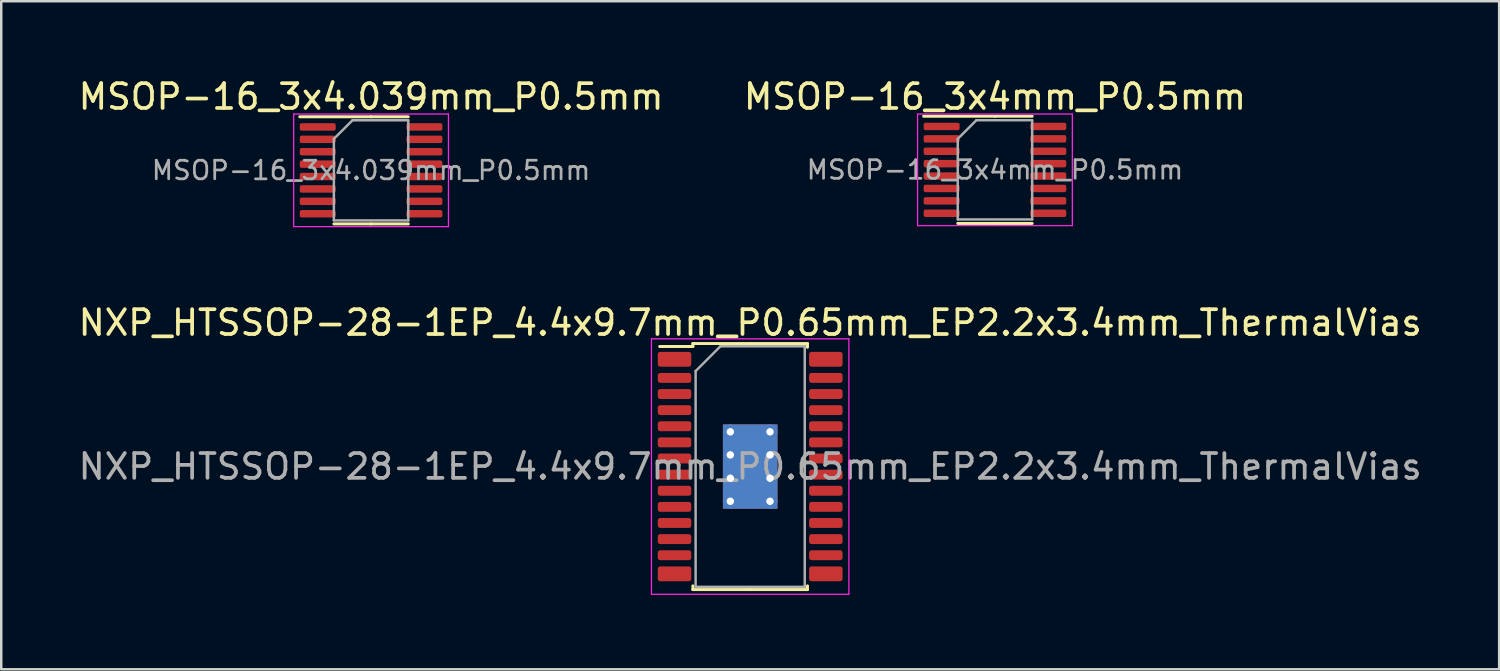
<source format=kicad_pcb>
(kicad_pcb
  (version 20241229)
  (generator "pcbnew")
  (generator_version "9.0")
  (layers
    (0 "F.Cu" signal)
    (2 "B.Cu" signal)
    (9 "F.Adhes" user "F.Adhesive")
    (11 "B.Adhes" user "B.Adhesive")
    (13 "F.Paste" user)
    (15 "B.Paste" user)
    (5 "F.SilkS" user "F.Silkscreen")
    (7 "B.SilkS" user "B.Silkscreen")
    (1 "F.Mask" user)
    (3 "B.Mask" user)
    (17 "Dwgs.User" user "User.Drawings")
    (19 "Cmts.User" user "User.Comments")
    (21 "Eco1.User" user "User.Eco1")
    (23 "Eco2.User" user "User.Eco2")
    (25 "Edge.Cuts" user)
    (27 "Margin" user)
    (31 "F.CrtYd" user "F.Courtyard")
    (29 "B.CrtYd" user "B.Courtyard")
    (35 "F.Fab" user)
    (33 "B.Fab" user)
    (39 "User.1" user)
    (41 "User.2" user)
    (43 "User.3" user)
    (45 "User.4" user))
  (footprint "MSOP-16_3x4.039mm_P0.5mm"
    (layer "F.Cu")
    (at 11.911 3.818)
    (property "Reference" "MSOP-16_3x4.039mm_P0.5mm" (at 0 -2.97 0) (layer "F.SilkS") (effects (font (size 1 1) (thickness 0.15))))
    (attr smd)
    (fp_line (start 0 -2.16) (end -2.875 -2.16) (stroke (width 0.12) (type solid)) (layer "F.SilkS"))
    (fp_line (start 0 -2.16) (end 1.5 -2.16) (stroke (width 0.12) (type solid)) (layer "F.SilkS"))
    (fp_line (start 0 2.16) (end -1.5 2.16) (stroke (width 0.12) (type solid)) (layer "F.SilkS"))
    (fp_line (start 0 2.16) (end 1.5 2.16) (stroke (width 0.12) (type solid)) (layer "F.SilkS"))
    (fp_line (start -3.12 -2.27) (end -3.12 2.27) (stroke (width 0.05) (type solid)) (layer "F.CrtYd"))
    (fp_line (start -3.12 2.27) (end 3.12 2.27) (stroke (width 0.05) (type solid)) (layer "F.CrtYd"))
    (fp_line (start 3.12 -2.27) (end -3.12 -2.27) (stroke (width 0.05) (type solid)) (layer "F.CrtYd"))
    (fp_line (start 3.12 2.27) (end 3.12 -2.27) (stroke (width 0.05) (type solid)) (layer "F.CrtYd"))
    (fp_line (start -1.5 -1.27) (end -0.75 -2.019) (stroke (width 0.1) (type solid)) (layer "F.Fab"))
    (fp_line (start -1.5 2.019) (end -1.5 -1.27) (stroke (width 0.1) (type solid)) (layer "F.Fab"))
    (fp_line (start -0.75 -2.019) (end 1.5 -2.019) (stroke (width 0.1) (type solid)) (layer "F.Fab"))
    (fp_line (start 1.5 -2.019) (end 1.5 2.019) (stroke (width 0.1) (type solid)) (layer "F.Fab"))
    (fp_line (start 1.5 2.019) (end -1.5 2.019) (stroke (width 0.1) (type solid)) (layer "F.Fab"))
    (fp_text user "${REFERENCE}" (at 0 0 0) (layer "F.Fab") (effects (font (size 0.75 0.75) (thickness 0.11))))
    (pad "1" smd roundrect (at -2.15 -1.75) (size 1.45 0.3) (layers "F.Cu" "F.Mask" "F.Paste") (roundrect_rratio 0.25))
    (pad "2" smd roundrect (at -2.15 -1.25) (size 1.45 0.3) (layers "F.Cu" "F.Mask" "F.Paste") (roundrect_rratio 0.25))
    (pad "3" smd roundrect (at -2.15 -0.75) (size 1.45 0.3) (layers "F.Cu" "F.Mask" "F.Paste") (roundrect_rratio 0.25))
    (pad "4" smd roundrect (at -2.15 -0.25) (size 1.45 0.3) (layers "F.Cu" "F.Mask" "F.Paste") (roundrect_rratio 0.25))
    (pad "5" smd roundrect (at -2.15 0.25) (size 1.45 0.3) (layers "F.Cu" "F.Mask" "F.Paste") (roundrect_rratio 0.25))
    (pad "6" smd roundrect (at -2.15 0.75) (size 1.45 0.3) (layers "F.Cu" "F.Mask" "F.Paste") (roundrect_rratio 0.25))
    (pad "7" smd roundrect (at -2.15 1.25) (size 1.45 0.3) (layers "F.Cu" "F.Mask" "F.Paste") (roundrect_rratio 0.25))
    (pad "8" smd roundrect (at -2.15 1.75) (size 1.45 0.3) (layers "F.Cu" "F.Mask" "F.Paste") (roundrect_rratio 0.25))
    (pad "9" smd roundrect (at 2.15 1.75) (size 1.45 0.3) (layers "F.Cu" "F.Mask" "F.Paste") (roundrect_rratio 0.25))
    (pad "10" smd roundrect (at 2.15 1.25) (size 1.45 0.3) (layers "F.Cu" "F.Mask" "F.Paste") (roundrect_rratio 0.25))
    (pad "11" smd roundrect (at 2.15 0.75) (size 1.45 0.3) (layers "F.Cu" "F.Mask" "F.Paste") (roundrect_rratio 0.25))
    (pad "12" smd roundrect (at 2.15 0.25) (size 1.45 0.3) (layers "F.Cu" "F.Mask" "F.Paste") (roundrect_rratio 0.25))
    (pad "13" smd roundrect (at 2.15 -0.25) (size 1.45 0.3) (layers "F.Cu" "F.Mask" "F.Paste") (roundrect_rratio 0.25))
    (pad "14" smd roundrect (at 2.15 -0.75) (size 1.45 0.3) (layers "F.Cu" "F.Mask" "F.Paste") (roundrect_rratio 0.25))
    (pad "15" smd roundrect (at 2.15 -1.25) (size 1.45 0.3) (layers "F.Cu" "F.Mask" "F.Paste") (roundrect_rratio 0.25))
    (pad "16" smd roundrect (at 2.15 -1.75) (size 1.45 0.3) (layers "F.Cu" "F.Mask" "F.Paste") (roundrect_rratio 0.25)))
  (footprint "NXP_HTSSOP-28-1EP_4.4x9.7mm_P0.65mm_EP2.2x3.4mm_ThermalVias"
    (layer "F.Cu")
    (at 27.196 15.761)
    (property "Reference" "NXP_HTSSOP-28-1EP_4.4x9.7mm_P0.65mm_EP2.2x3.4mm_ThermalVias" (at 0 -5.8 0) (layer "F.SilkS") (effects (font (size 1 1) (thickness 0.15))))
    (attr smd)
    (fp_line (start -2.31 -4.96) (end -2.31 -4.84) (stroke (width 0.12) (type solid)) (layer "F.SilkS"))
    (fp_line (start -2.31 -4.84) (end -3.65 -4.84) (stroke (width 0.12) (type solid)) (layer "F.SilkS"))
    (fp_line (start -2.31 4.96) (end -2.31 4.81) (stroke (width 0.12) (type solid)) (layer "F.SilkS"))
    (fp_line (start 0 -4.96) (end -2.31 -4.96) (stroke (width 0.12) (type solid)) (layer "F.SilkS"))
    (fp_line (start 0 -4.96) (end 2.31 -4.96) (stroke (width 0.12) (type solid)) (layer "F.SilkS"))
    (fp_line (start 0 4.96) (end -2.31 4.96) (stroke (width 0.12) (type solid)) (layer "F.SilkS"))
    (fp_line (start 0 4.96) (end 2.31 4.96) (stroke (width 0.12) (type solid)) (layer "F.SilkS"))
    (fp_line (start 2.31 -4.81) (end 2.31 -4.96) (stroke (width 0.12) (type solid)) (layer "F.SilkS"))
    (fp_line (start 2.31 4.96) (end 2.31 4.81) (stroke (width 0.12) (type solid)) (layer "F.SilkS"))
    (fp_line (start -3.98 -5.15) (end -3.98 5.15) (stroke (width 0.05) (type solid)) (layer "F.CrtYd"))
    (fp_line (start -3.98 5.15) (end 3.98 5.15) (stroke (width 0.05) (type solid)) (layer "F.CrtYd"))
    (fp_line (start 3.98 -5.15) (end -3.98 -5.15) (stroke (width 0.05) (type solid)) (layer "F.CrtYd"))
    (fp_line (start 3.98 5.15) (end 3.98 -5.15) (stroke (width 0.05) (type solid)) (layer "F.CrtYd"))
    (fp_line (start -2.2 -3.85) (end -1.2 -4.85) (stroke (width 0.1) (type solid)) (layer "F.Fab"))
    (fp_line (start -2.2 4.85) (end -2.2 -3.85) (stroke (width 0.1) (type solid)) (layer "F.Fab"))
    (fp_line (start -1.2 -4.85) (end 2.2 -4.85) (stroke (width 0.1) (type solid)) (layer "F.Fab"))
    (fp_line (start 2.2 -4.85) (end 2.2 4.85) (stroke (width 0.1) (type solid)) (layer "F.Fab"))
    (fp_line (start 2.2 4.85) (end -2.2 4.85) (stroke (width 0.1) (type solid)) (layer "F.Fab"))
    (fp_text user "${REFERENCE}" (at 0 0 0) (layer "F.Fab") (effects (font (size 1 1) (thickness 0.15))))
    (pad "" smd roundrect (at -0.7 -1.23) (size 0.6 0.7) (layers "F.Paste") (roundrect_rratio 0.25))
    (pad "" smd roundrect (at -0.7 -0.41) (size 0.6 0.7) (layers "F.Paste") (roundrect_rratio 0.25))
    (pad "" smd roundrect (at -0.7 0.41) (size 0.6 0.7) (layers "F.Paste") (roundrect_rratio 0.25))
    (pad "" smd roundrect (at -0.7 1.23) (size 0.6 0.7) (layers "F.Paste") (roundrect_rratio 0.25))
    (pad "" smd roundrect (at 0 -1.23) (size 0.6 0.7) (layers "F.Paste") (roundrect_rratio 0.25))
    (pad "" smd roundrect (at 0 -0.41) (size 0.6 0.7) (layers "F.Paste") (roundrect_rratio 0.25))
    (pad "" smd roundrect (at 0 0.41) (size 0.6 0.7) (layers "F.Paste") (roundrect_rratio 0.25))
    (pad "" smd roundrect (at 0 1.23) (size 0.6 0.7) (layers "F.Paste") (roundrect_rratio 0.25))
    (pad "" smd roundrect (at 0.7 -1.23) (size 0.6 0.7) (layers "F.Paste") (roundrect_rratio 0.25))
    (pad "" smd roundrect (at 0.7 -0.41) (size 0.6 0.7) (layers "F.Paste") (roundrect_rratio 0.25))
    (pad "" smd roundrect (at 0.7 0.41) (size 0.6 0.7) (layers "F.Paste") (roundrect_rratio 0.25))
    (pad "" smd roundrect (at 0.7 1.23) (size 0.6 0.7) (layers "F.Paste") (roundrect_rratio 0.25))
    (pad "1" smd roundrect (at -3.05 -4.325) (size 1.35 0.6) (layers "F.Cu" "F.Mask" "F.Paste") (roundrect_rratio 0.167))
    (pad "2" smd roundrect (at -3.05 -3.575) (size 1.35 0.4) (layers "F.Cu" "F.Mask" "F.Paste") (roundrect_rratio 0.25))
    (pad "3" smd roundrect (at -3.05 -2.925) (size 1.35 0.4) (layers "F.Cu" "F.Mask" "F.Paste") (roundrect_rratio 0.25))
    (pad "4" smd roundrect (at -3.05 -2.275) (size 1.35 0.4) (layers "F.Cu" "F.Mask" "F.Paste") (roundrect_rratio 0.25))
    (pad "5" smd roundrect (at -3.05 -1.625) (size 1.35 0.4) (layers "F.Cu" "F.Mask" "F.Paste") (roundrect_rratio 0.25))
    (pad "6" smd roundrect (at -3.05 -0.975) (size 1.35 0.4) (layers "F.Cu" "F.Mask" "F.Paste") (roundrect_rratio 0.25))
    (pad "7" smd roundrect (at -3.05 -0.325) (size 1.35 0.4) (layers "F.Cu" "F.Mask" "F.Paste") (roundrect_rratio 0.25))
    (pad "8" smd roundrect (at -3.05 0.325) (size 1.35 0.4) (layers "F.Cu" "F.Mask" "F.Paste") (roundrect_rratio 0.25))
    (pad "9" smd roundrect (at -3.05 0.975) (size 1.35 0.4) (layers "F.Cu" "F.Mask" "F.Paste") (roundrect_rratio 0.25))
    (pad "10" smd roundrect (at -3.05 1.625) (size 1.35 0.4) (layers "F.Cu" "F.Mask" "F.Paste") (roundrect_rratio 0.25))
    (pad "11" smd roundrect (at -3.05 2.275) (size 1.35 0.4) (layers "F.Cu" "F.Mask" "F.Paste") (roundrect_rratio 0.25))
    (pad "12" smd roundrect (at -3.05 2.925) (size 1.35 0.4) (layers "F.Cu" "F.Mask" "F.Paste") (roundrect_rratio 0.25))
    (pad "13" smd roundrect (at -3.05 3.575) (size 1.35 0.4) (layers "F.Cu" "F.Mask" "F.Paste") (roundrect_rratio 0.25))
    (pad "14" smd roundrect (at -3.05 4.325) (size 1.35 0.6) (layers "F.Cu" "F.Mask" "F.Paste") (roundrect_rratio 0.167))
    (pad "15" smd roundrect (at 3.05 4.325) (size 1.35 0.6) (layers "F.Cu" "F.Mask" "F.Paste") (roundrect_rratio 0.167))
    (pad "16" smd roundrect (at 3.05 3.575) (size 1.35 0.4) (layers "F.Cu" "F.Mask" "F.Paste") (roundrect_rratio 0.25))
    (pad "17" smd roundrect (at 3.05 2.925) (size 1.35 0.4) (layers "F.Cu" "F.Mask" "F.Paste") (roundrect_rratio 0.25))
    (pad "18" smd roundrect (at 3.05 2.275) (size 1.35 0.4) (layers "F.Cu" "F.Mask" "F.Paste") (roundrect_rratio 0.25))
    (pad "19" smd roundrect (at 3.05 1.625) (size 1.35 0.4) (layers "F.Cu" "F.Mask" "F.Paste") (roundrect_rratio 0.25))
    (pad "20" smd roundrect (at 3.05 0.975) (size 1.35 0.4) (layers "F.Cu" "F.Mask" "F.Paste") (roundrect_rratio 0.25))
    (pad "21" smd roundrect (at 3.05 0.325) (size 1.35 0.4) (layers "F.Cu" "F.Mask" "F.Paste") (roundrect_rratio 0.25))
    (pad "22" smd roundrect (at 3.05 -0.325) (size 1.35 0.4) (layers "F.Cu" "F.Mask" "F.Paste") (roundrect_rratio 0.25))
    (pad "23" smd roundrect (at 3.05 -0.975) (size 1.35 0.4) (layers "F.Cu" "F.Mask" "F.Paste") (roundrect_rratio 0.25))
    (pad "24" smd roundrect (at 3.05 -1.625) (size 1.35 0.4) (layers "F.Cu" "F.Mask" "F.Paste") (roundrect_rratio 0.25))
    (pad "25" smd roundrect (at 3.05 -2.275) (size 1.35 0.4) (layers "F.Cu" "F.Mask" "F.Paste") (roundrect_rratio 0.25))
    (pad "26" smd roundrect (at 3.05 -2.925) (size 1.35 0.4) (layers "F.Cu" "F.Mask" "F.Paste") (roundrect_rratio 0.25))
    (pad "27" smd roundrect (at 3.05 -3.575) (size 1.35 0.4) (layers "F.Cu" "F.Mask" "F.Paste") (roundrect_rratio 0.25))
    (pad "28" smd roundrect (at 3.05 -4.325) (size 1.35 0.6) (layers "F.Cu" "F.Mask" "F.Paste") (roundrect_rratio 0.167))
    (pad "29" thru_hole circle (at -0.8 -1.4) (size 0.6 0.6) (drill 0.3) (layers "*.Cu"))
    (pad "29" thru_hole circle (at -0.8 -0.47) (size 0.6 0.6) (drill 0.3) (layers "*.Cu"))
    (pad "29" thru_hole circle (at -0.8 0.47) (size 0.6 0.6) (drill 0.3) (layers "*.Cu"))
    (pad "29" thru_hole circle (at -0.8 1.4) (size 0.6 0.6) (drill 0.3) (layers "*.Cu"))
    (pad "29" smd rect (at 0 0) (size 2.2 3.4) (layers "F.Cu" "F.Mask"))
    (pad "29" smd rect (at 0 0) (size 2.2 3.4) (layers "B.Cu"))
    (pad "29" thru_hole circle (at 0.8 -1.4) (size 0.6 0.6) (drill 0.3) (layers "*.Cu"))
    (pad "29" thru_hole circle (at 0.8 -0.47) (size 0.6 0.6) (drill 0.3) (layers "*.Cu"))
    (pad "29" thru_hole circle (at 0.8 0.47) (size 0.6 0.6) (drill 0.3) (layers "*.Cu"))
    (pad "29" thru_hole circle (at 0.8 1.4) (size 0.6 0.6) (drill 0.3) (layers "*.Cu")))
  (footprint "MSOP-16_3x4mm_P0.5mm"
    (layer "F.Cu")
    (at 37.065 3.798)
    (property "Reference" "MSOP-16_3x4mm_P0.5mm" (at 0 -2.95 0) (layer "F.SilkS") (effects (font (size 1 1) (thickness 0.15))))
    (attr smd)
    (fp_line (start 0 -2.16) (end -2.875 -2.16) (stroke (width 0.12) (type solid)) (layer "F.SilkS"))
    (fp_line (start 0 -2.16) (end 1.5 -2.16) (stroke (width 0.12) (type solid)) (layer "F.SilkS"))
    (fp_line (start 0 2.16) (end -1.5 2.16) (stroke (width 0.12) (type solid)) (layer "F.SilkS"))
    (fp_line (start 0 2.16) (end 1.5 2.16) (stroke (width 0.12) (type solid)) (layer "F.SilkS"))
    (fp_line (start -3.12 -2.25) (end -3.12 2.25) (stroke (width 0.05) (type solid)) (layer "F.CrtYd"))
    (fp_line (start -3.12 2.25) (end 3.12 2.25) (stroke (width 0.05) (type solid)) (layer "F.CrtYd"))
    (fp_line (start 3.12 -2.25) (end -3.12 -2.25) (stroke (width 0.05) (type solid)) (layer "F.CrtYd"))
    (fp_line (start 3.12 2.25) (end 3.12 -2.25) (stroke (width 0.05) (type solid)) (layer "F.CrtYd"))
    (fp_line (start -1.5 -1.25) (end -0.75 -2) (stroke (width 0.1) (type solid)) (layer "F.Fab"))
    (fp_line (start -1.5 2) (end -1.5 -1.25) (stroke (width 0.1) (type solid)) (layer "F.Fab"))
    (fp_line (start -0.75 -2) (end 1.5 -2) (stroke (width 0.1) (type solid)) (layer "F.Fab"))
    (fp_line (start 1.5 -2) (end 1.5 2) (stroke (width 0.1) (type solid)) (layer "F.Fab"))
    (fp_line (start 1.5 2) (end -1.5 2) (stroke (width 0.1) (type solid)) (layer "F.Fab"))
    (fp_text user "${REFERENCE}" (at 0 0 0) (layer "F.Fab") (effects (font (size 0.75 0.75) (thickness 0.11))))
    (pad "1" smd roundrect (at -2.15 -1.75) (size 1.45 0.3) (layers "F.Cu" "F.Mask" "F.Paste") (roundrect_rratio 0.25))
    (pad "2" smd roundrect (at -2.15 -1.25) (size 1.45 0.3) (layers "F.Cu" "F.Mask" "F.Paste") (roundrect_rratio 0.25))
    (pad "3" smd roundrect (at -2.15 -0.75) (size 1.45 0.3) (layers "F.Cu" "F.Mask" "F.Paste") (roundrect_rratio 0.25))
    (pad "4" smd roundrect (at -2.15 -0.25) (size 1.45 0.3) (layers "F.Cu" "F.Mask" "F.Paste") (roundrect_rratio 0.25))
    (pad "5" smd roundrect (at -2.15 0.25) (size 1.45 0.3) (layers "F.Cu" "F.Mask" "F.Paste") (roundrect_rratio 0.25))
    (pad "6" smd roundrect (at -2.15 0.75) (size 1.45 0.3) (layers "F.Cu" "F.Mask" "F.Paste") (roundrect_rratio 0.25))
    (pad "7" smd roundrect (at -2.15 1.25) (size 1.45 0.3) (layers "F.Cu" "F.Mask" "F.Paste") (roundrect_rratio 0.25))
    (pad "8" smd roundrect (at -2.15 1.75) (size 1.45 0.3) (layers "F.Cu" "F.Mask" "F.Paste") (roundrect_rratio 0.25))
    (pad "9" smd roundrect (at 2.15 1.75) (size 1.45 0.3) (layers "F.Cu" "F.Mask" "F.Paste") (roundrect_rratio 0.25))
    (pad "10" smd roundrect (at 2.15 1.25) (size 1.45 0.3) (layers "F.Cu" "F.Mask" "F.Paste") (roundrect_rratio 0.25))
    (pad "11" smd roundrect (at 2.15 0.75) (size 1.45 0.3) (layers "F.Cu" "F.Mask" "F.Paste") (roundrect_rratio 0.25))
    (pad "12" smd roundrect (at 2.15 0.25) (size 1.45 0.3) (layers "F.Cu" "F.Mask" "F.Paste") (roundrect_rratio 0.25))
    (pad "13" smd roundrect (at 2.15 -0.25) (size 1.45 0.3) (layers "F.Cu" "F.Mask" "F.Paste") (roundrect_rratio 0.25))
    (pad "14" smd roundrect (at 2.15 -0.75) (size 1.45 0.3) (layers "F.Cu" "F.Mask" "F.Paste") (roundrect_rratio 0.25))
    (pad "15" smd roundrect (at 2.15 -1.25) (size 1.45 0.3) (layers "F.Cu" "F.Mask" "F.Paste") (roundrect_rratio 0.25))
    (pad "16" smd roundrect (at 2.15 -1.75) (size 1.45 0.3) (layers "F.Cu" "F.Mask" "F.Paste") (roundrect_rratio 0.25)))
  (gr_rect
    (start -3 -3)
    (end 57.393 23.936)
    (stroke (width 0.1) (type default))
    (fill no)
    (layer "Edge.Cuts")))
</source>
